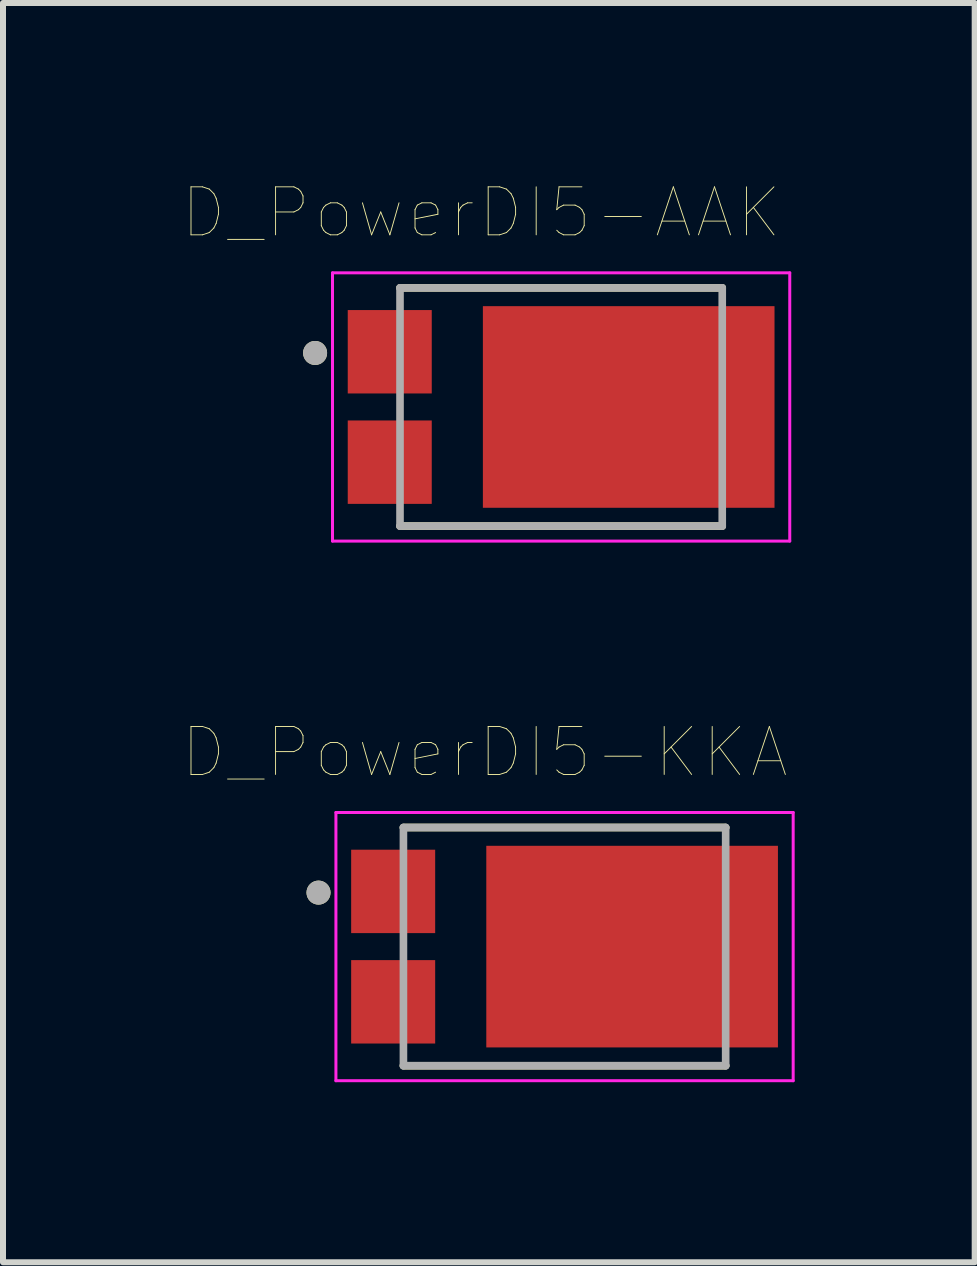
<source format=kicad_pcb>
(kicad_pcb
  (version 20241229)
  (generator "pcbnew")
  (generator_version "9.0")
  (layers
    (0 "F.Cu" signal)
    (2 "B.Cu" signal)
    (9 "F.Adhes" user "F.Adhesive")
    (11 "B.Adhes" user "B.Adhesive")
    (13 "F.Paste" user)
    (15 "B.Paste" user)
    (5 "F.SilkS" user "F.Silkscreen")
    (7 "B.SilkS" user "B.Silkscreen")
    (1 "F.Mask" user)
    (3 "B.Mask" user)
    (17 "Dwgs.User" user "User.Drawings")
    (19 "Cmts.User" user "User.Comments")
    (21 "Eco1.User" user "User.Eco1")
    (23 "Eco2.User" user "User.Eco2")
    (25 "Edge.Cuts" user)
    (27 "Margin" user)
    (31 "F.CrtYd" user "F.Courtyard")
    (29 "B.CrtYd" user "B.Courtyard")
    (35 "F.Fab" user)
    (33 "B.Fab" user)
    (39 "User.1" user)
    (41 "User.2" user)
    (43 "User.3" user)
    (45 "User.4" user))
  (footprint "D_PowerDI5-KKA"
    (layer "F.Cu")
    (at 6.358 12.725)
    (property "Reference" "D_PowerDI5-KKA" (at -1.33 -3.238 0) (layer "F.SilkS") (effects (font (size 0.8 0.8) (thickness 0.015))))
    (attr through_hole)
    (fp_line (start -2.685 -1.985) (end 2.685 -1.985) (stroke (width 0.127) (type solid)) (layer "F.SilkS"))
    (fp_line (start 2.685 1.985) (end -2.685 1.985) (stroke (width 0.127) (type solid)) (layer "F.SilkS"))
    (fp_circle (center -4.1 -0.9) (end -4 -0.9) (stroke (width 0.2) (type solid)) (fill no) (layer "F.SilkS"))
    (fp_poly (pts (xy 0.066 -1.54) (xy 2.186 -1.54) (xy 2.186 1.54) (xy 0.066 1.54)) (stroke (width 0.01) (type solid)) (fill yes) (layer "F.Paste"))
    (fp_line (start -3.81 -2.235) (end 3.81 -2.235) (stroke (width 0.05) (type solid)) (layer "F.CrtYd"))
    (fp_line (start -3.81 2.235) (end -3.81 -2.235) (stroke (width 0.05) (type solid)) (layer "F.CrtYd"))
    (fp_line (start 3.81 -2.235) (end 3.81 2.235) (stroke (width 0.05) (type solid)) (layer "F.CrtYd"))
    (fp_line (start 3.81 2.235) (end -3.81 2.235) (stroke (width 0.05) (type solid)) (layer "F.CrtYd"))
    (fp_line (start -2.685 -1.985) (end 2.685 -1.985) (stroke (width 0.127) (type solid)) (layer "F.Fab"))
    (fp_line (start -2.685 1.985) (end -2.685 -1.985) (stroke (width 0.127) (type solid)) (layer "F.Fab"))
    (fp_line (start 2.685 -1.985) (end 2.685 1.985) (stroke (width 0.127) (type solid)) (layer "F.Fab"))
    (fp_line (start 2.685 1.985) (end -2.685 1.985) (stroke (width 0.127) (type solid)) (layer "F.Fab"))
    (fp_circle (center -4.1 -0.9) (end -4 -0.9) (stroke (width 0.2) (type solid)) (fill no) (layer "F.Fab"))
    (pad "1" smd rect (at -2.856 -0.92) (size 1.4 1.39) (layers "F.Cu" "F.Mask" "F.Paste"))
    (pad "1" smd rect (at -2.856 0.92) (size 1.4 1.39) (layers "F.Cu" "F.Mask" "F.Paste"))
    (pad "2" smd rect (at 1.126 0) (size 4.86 3.36) (layers "F.Cu" "F.Mask")))
  (footprint "D_PowerDI5-AAK"
    (layer "F.Cu")
    (at 6.301 3.732)
    (property "Reference" "D_PowerDI5-AAK" (at -1.33 -3.238 0) (layer "F.SilkS") (effects (font (size 0.8 0.8) (thickness 0.015))))
    (attr through_hole)
    (fp_line (start -2.685 -1.985) (end 2.685 -1.985) (stroke (width 0.127) (type solid)) (layer "F.SilkS"))
    (fp_line (start 2.685 1.985) (end -2.685 1.985) (stroke (width 0.127) (type solid)) (layer "F.SilkS"))
    (fp_circle (center -4.1 -0.9) (end -4 -0.9) (stroke (width 0.2) (type solid)) (fill no) (layer "F.SilkS"))
    (fp_poly (pts (xy 0.066 -1.54) (xy 2.186 -1.54) (xy 2.186 1.54) (xy 0.066 1.54)) (stroke (width 0.01) (type solid)) (fill yes) (layer "F.Paste"))
    (fp_line (start -3.81 -2.235) (end 3.81 -2.235) (stroke (width 0.05) (type solid)) (layer "F.CrtYd"))
    (fp_line (start -3.81 2.235) (end -3.81 -2.235) (stroke (width 0.05) (type solid)) (layer "F.CrtYd"))
    (fp_line (start 3.81 -2.235) (end 3.81 2.235) (stroke (width 0.05) (type solid)) (layer "F.CrtYd"))
    (fp_line (start 3.81 2.235) (end -3.81 2.235) (stroke (width 0.05) (type solid)) (layer "F.CrtYd"))
    (fp_line (start -2.685 -1.985) (end 2.685 -1.985) (stroke (width 0.127) (type solid)) (layer "F.Fab"))
    (fp_line (start -2.685 1.985) (end -2.685 -1.985) (stroke (width 0.127) (type solid)) (layer "F.Fab"))
    (fp_line (start 2.685 -1.985) (end 2.685 1.985) (stroke (width 0.127) (type solid)) (layer "F.Fab"))
    (fp_line (start 2.685 1.985) (end -2.685 1.985) (stroke (width 0.127) (type solid)) (layer "F.Fab"))
    (fp_circle (center -4.1 -0.9) (end -4 -0.9) (stroke (width 0.2) (type solid)) (fill no) (layer "F.Fab"))
    (pad "1" smd rect (at 1.126 0) (size 4.86 3.36) (layers "F.Cu" "F.Mask"))
    (pad "2" smd rect (at -2.856 -0.92) (size 1.4 1.39) (layers "F.Cu" "F.Mask" "F.Paste"))
    (pad "2" smd rect (at -2.856 0.92) (size 1.4 1.39) (layers "F.Cu" "F.Mask" "F.Paste")))
  (gr_rect
    (start -3 -3)
    (end 13.193 17.985)
    (stroke (width 0.1) (type default))
    (fill no)
    (layer "Edge.Cuts")))
</source>
